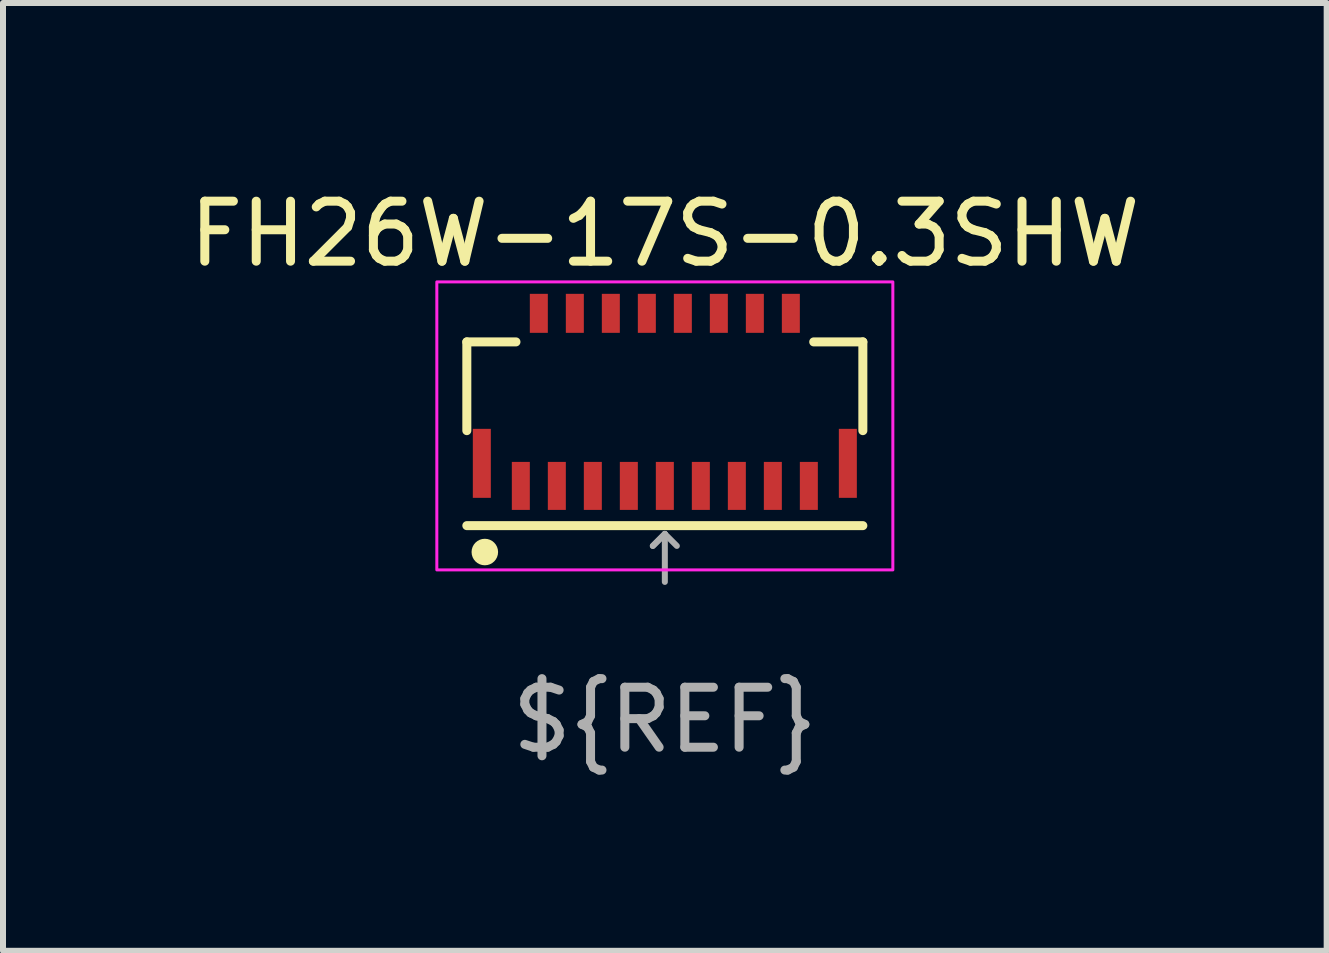
<source format=kicad_pcb>
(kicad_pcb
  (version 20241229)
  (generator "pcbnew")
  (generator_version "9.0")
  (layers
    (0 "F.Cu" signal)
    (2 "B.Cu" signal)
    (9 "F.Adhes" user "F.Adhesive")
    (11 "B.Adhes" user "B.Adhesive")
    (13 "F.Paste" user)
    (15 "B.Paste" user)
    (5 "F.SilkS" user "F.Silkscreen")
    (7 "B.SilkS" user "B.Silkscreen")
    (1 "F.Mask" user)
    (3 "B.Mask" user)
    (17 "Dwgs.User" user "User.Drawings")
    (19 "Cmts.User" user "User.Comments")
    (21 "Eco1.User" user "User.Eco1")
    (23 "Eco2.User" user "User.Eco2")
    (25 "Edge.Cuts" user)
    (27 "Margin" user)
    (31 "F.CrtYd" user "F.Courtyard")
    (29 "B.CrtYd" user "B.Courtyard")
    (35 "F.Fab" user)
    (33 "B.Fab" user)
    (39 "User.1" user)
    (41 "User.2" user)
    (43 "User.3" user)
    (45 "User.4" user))
  (footprint "FH26W-17S-0.3SHW"
    (layer "F.Cu")
    (at 8.03 3.648)
    (property "Reference" "FH26W-17S-0.3SHW" (at 0 -2.8 0) (unlocked yes) (layer "F.SilkS") (effects (font (size 1 1) (thickness 0.15))))
    (attr smd)
    (fp_line (start -3.3 -1) (end -3.3 0.479) (stroke (width 0.15) (type solid)) (layer "F.SilkS"))
    (fp_line (start -3.3 2.062) (end 3.3 2.062) (stroke (width 0.15) (type solid)) (layer "F.SilkS"))
    (fp_line (start -2.481 -1) (end -3.3 -1) (stroke (width 0.15) (type solid)) (layer "F.SilkS"))
    (fp_line (start 2.481 -1) (end 3.3 -1) (stroke (width 0.15) (type solid)) (layer "F.SilkS"))
    (fp_line (start 3.3 -1) (end 3.3 0.479) (stroke (width 0.15) (type solid)) (layer "F.SilkS"))
    (fp_circle (center -3 2.502) (end -2.855 2.502) (stroke (width 0.152) (type solid)) (fill yes) (layer "F.SilkS"))
    (fp_rect (start -3.8 -2) (end 3.8 2.8) (stroke (width 0.05) (type default)) (fill no) (layer "F.CrtYd"))
    (fp_line (start -0.2 2.4) (end 0 2.2) (stroke (width 0.1) (type default)) (layer "F.Fab"))
    (fp_line (start 0 2.2) (end -0.2 2.4) (stroke (width 0.1) (type default)) (layer "F.Fab"))
    (fp_line (start 0 2.2) (end 0.2 2.4) (stroke (width 0.1) (type default)) (layer "F.Fab"))
    (fp_line (start 0 3) (end 0 2.2) (stroke (width 0.1) (type default)) (layer "F.Fab"))
    (fp_text user "${REF}" (at 0 5.3 0) (unlocked yes) (layer "F.Fab") (effects (font (size 1 1) (thickness 0.15))))
    (pad "1" smd rect (at -2.4 1.4) (size 0.3 0.8) (layers "F.Cu" "F.Mask" "F.Paste"))
    (pad "2" smd rect (at -2.1 -1.476) (size 0.3 0.65) (layers "F.Cu" "F.Mask" "F.Paste"))
    (pad "3" smd rect (at -1.8 1.4) (size 0.3 0.8) (layers "F.Cu" "F.Mask" "F.Paste"))
    (pad "4" smd rect (at -1.5 -1.476) (size 0.3 0.65) (layers "F.Cu" "F.Mask" "F.Paste"))
    (pad "5" smd rect (at -1.2 1.4) (size 0.3 0.8) (layers "F.Cu" "F.Mask" "F.Paste"))
    (pad "6" smd rect (at -0.9 -1.476) (size 0.3 0.65) (layers "F.Cu" "F.Mask" "F.Paste"))
    (pad "7" smd rect (at -0.6 1.4) (size 0.3 0.8) (layers "F.Cu" "F.Mask" "F.Paste"))
    (pad "8" smd rect (at -0.3 -1.476) (size 0.3 0.65) (layers "F.Cu" "F.Mask" "F.Paste"))
    (pad "9" smd rect (at 0 1.4) (size 0.3 0.8) (layers "F.Cu" "F.Mask" "F.Paste"))
    (pad "10" smd rect (at 0.3 -1.476) (size 0.3 0.65) (layers "F.Cu" "F.Mask" "F.Paste"))
    (pad "11" smd rect (at 0.6 1.4) (size 0.3 0.8) (layers "F.Cu" "F.Mask" "F.Paste"))
    (pad "12" smd rect (at 0.9 -1.476) (size 0.3 0.65) (layers "F.Cu" "F.Mask" "F.Paste"))
    (pad "13" smd rect (at 1.2 1.4) (size 0.3 0.8) (layers "F.Cu" "F.Mask" "F.Paste"))
    (pad "14" smd rect (at 1.5 -1.476) (size 0.3 0.65) (layers "F.Cu" "F.Mask" "F.Paste"))
    (pad "15" smd rect (at 1.8 1.4) (size 0.3 0.8) (layers "F.Cu" "F.Mask" "F.Paste"))
    (pad "16" smd rect (at 2.1 -1.476) (size 0.3 0.65) (layers "F.Cu" "F.Mask" "F.Paste"))
    (pad "17" smd rect (at 2.4 1.4) (size 0.3 0.8) (layers "F.Cu" "F.Mask" "F.Paste"))
    (pad "18" smd rect (at 3.05 1.024) (size 0.3 1.15) (layers "F.Cu" "F.Mask" "F.Paste"))
    (pad "19" smd rect (at -3.05 1.024) (size 0.3 1.15) (layers "F.Cu" "F.Mask" "F.Paste")))
  (gr_rect
    (start -3 -3)
    (end 19.06 12.796)
    (stroke (width 0.1) (type default))
    (fill no)
    (layer "Edge.Cuts")))
</source>
